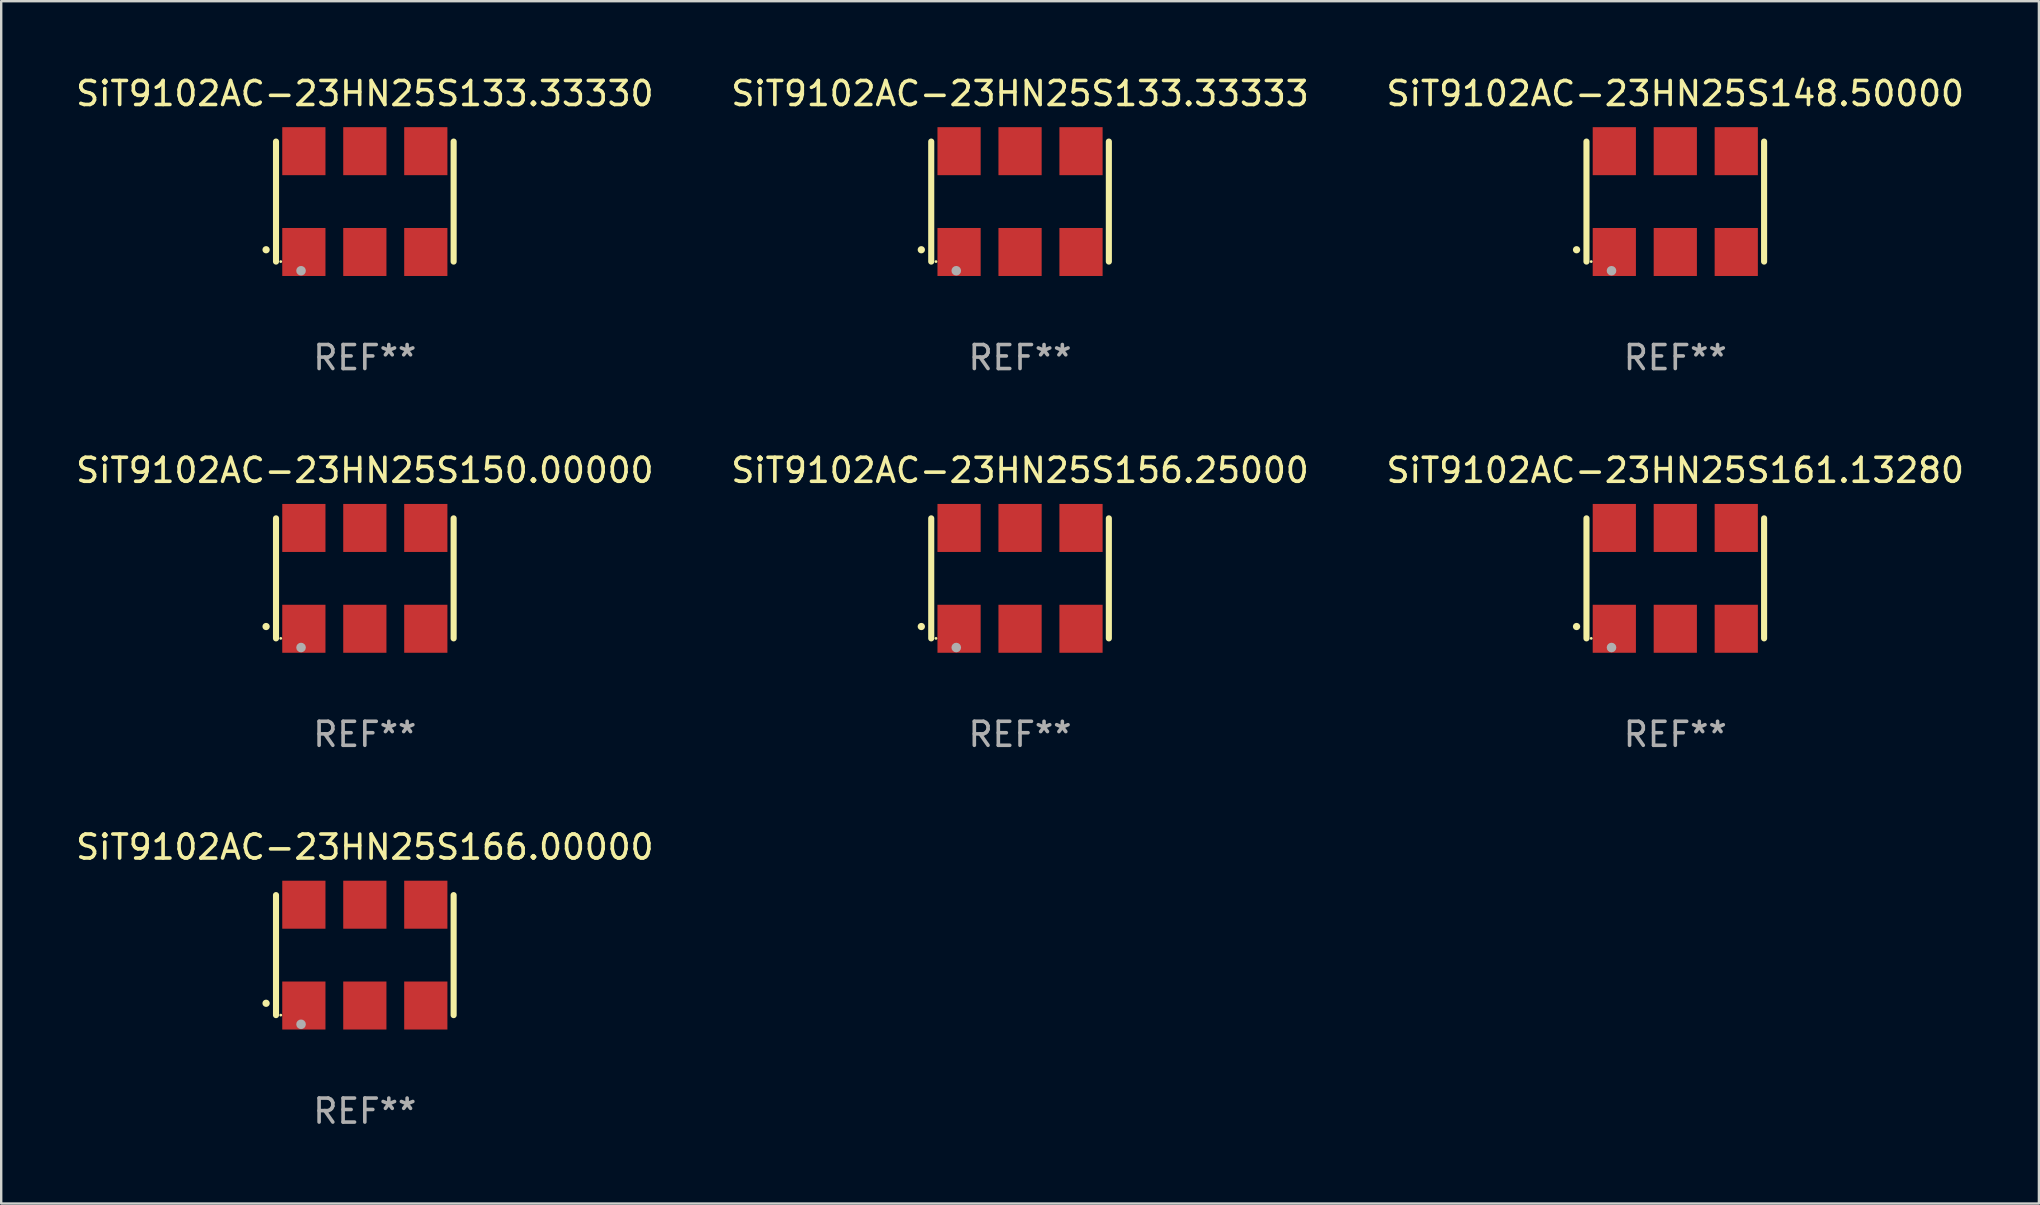
<source format=kicad_pcb>
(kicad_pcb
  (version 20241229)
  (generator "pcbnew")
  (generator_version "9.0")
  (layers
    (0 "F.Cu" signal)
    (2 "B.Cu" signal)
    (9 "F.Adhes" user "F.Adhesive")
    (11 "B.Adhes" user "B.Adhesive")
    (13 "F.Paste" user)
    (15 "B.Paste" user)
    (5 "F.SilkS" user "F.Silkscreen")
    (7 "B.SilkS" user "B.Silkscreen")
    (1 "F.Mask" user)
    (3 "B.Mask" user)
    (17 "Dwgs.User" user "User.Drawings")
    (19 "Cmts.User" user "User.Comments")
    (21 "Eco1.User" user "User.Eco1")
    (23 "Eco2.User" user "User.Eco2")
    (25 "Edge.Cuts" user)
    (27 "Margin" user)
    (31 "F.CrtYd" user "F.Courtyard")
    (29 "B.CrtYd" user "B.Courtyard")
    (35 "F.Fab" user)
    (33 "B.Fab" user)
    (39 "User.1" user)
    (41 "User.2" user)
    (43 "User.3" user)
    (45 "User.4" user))
  (footprint "SiT9102AC-23HN25S133.33333"
    (layer "F.Cu")
    (at 39.446 5.348)
    (property "Reference" "SiT9102AC-23HN25S133.33333" (at 0 -4.5 0) (layer "F.SilkS") (effects (font (size 1 1) (thickness 0.15))))
    (attr through_hole)
    (fp_line (start -3.7 -2.5) (end -3.7 2.5) (stroke (width 0.254) (type solid)) (layer "F.SilkS"))
    (fp_line (start 3.7 -2.5) (end 3.7 2.5) (stroke (width 0.254) (type solid)) (layer "F.SilkS"))
    (fp_arc (start -4.114415 2.006604) (mid -4.113145 2.006599) (end -4.111875 2.006604) (stroke (width 0.3) (type solid)) (layer "F.SilkS"))
    (fp_circle (center -3.502 2.5) (end -3.472 2.5) (stroke (width 0.06) (type solid)) (fill no) (layer "F.SilkS"))
    (fp_circle (center -2.657 2.882) (end -2.557 2.882) (stroke (width 0.2) (type solid)) (fill no) (layer "F.Fab"))
    (fp_text user "REF**" (at 0 6.5 0) (layer "F.Fab") (effects (font (size 1 1) (thickness 0.15))))
    (pad "1" smd rect (at -2.54 2.1) (size 1.8 2) (layers "F.Cu" "F.Mask" "F.Paste"))
    (pad "2" smd rect (at 0.000394 2.1) (size 1.8 2) (layers "F.Cu" "F.Mask" "F.Paste"))
    (pad "3" smd rect (at 2.54 2.1) (size 1.8 2) (layers "F.Cu" "F.Mask" "F.Paste"))
    (pad "4" smd rect (at 2.54 -2.1) (size 1.8 2) (layers "F.Cu" "F.Mask" "F.Paste"))
    (pad "5" smd rect (at 0.000394 -2.1) (size 1.8 2) (layers "F.Cu" "F.Mask" "F.Paste"))
    (pad "6" smd rect (at -2.54 -2.1) (size 1.8 2) (layers "F.Cu" "F.Mask" "F.Paste")))
  (footprint "SiT9102AC-23HN25S150.00000"
    (layer "F.Cu")
    (at 12.149 21.045)
    (property "Reference" "SiT9102AC-23HN25S150.00000" (at 0 -4.5 0) (layer "F.SilkS") (effects (font (size 1 1) (thickness 0.15))))
    (attr through_hole)
    (fp_line (start -3.7 -2.5) (end -3.7 2.5) (stroke (width 0.254) (type solid)) (layer "F.SilkS"))
    (fp_line (start 3.7 -2.5) (end 3.7 2.5) (stroke (width 0.254) (type solid)) (layer "F.SilkS"))
    (fp_arc (start -4.114415 2.006604) (mid -4.113145 2.006599) (end -4.111875 2.006604) (stroke (width 0.3) (type solid)) (layer "F.SilkS"))
    (fp_circle (center -3.502 2.5) (end -3.472 2.5) (stroke (width 0.06) (type solid)) (fill no) (layer "F.SilkS"))
    (fp_circle (center -2.657 2.882) (end -2.557 2.882) (stroke (width 0.2) (type solid)) (fill no) (layer "F.Fab"))
    (fp_text user "REF**" (at 0 6.5 0) (layer "F.Fab") (effects (font (size 1 1) (thickness 0.15))))
    (pad "1" smd rect (at -2.54 2.1) (size 1.8 2) (layers "F.Cu" "F.Mask" "F.Paste"))
    (pad "2" smd rect (at 0.000394 2.1) (size 1.8 2) (layers "F.Cu" "F.Mask" "F.Paste"))
    (pad "3" smd rect (at 2.54 2.1) (size 1.8 2) (layers "F.Cu" "F.Mask" "F.Paste"))
    (pad "4" smd rect (at 2.54 -2.1) (size 1.8 2) (layers "F.Cu" "F.Mask" "F.Paste"))
    (pad "5" smd rect (at 0.000394 -2.1) (size 1.8 2) (layers "F.Cu" "F.Mask" "F.Paste"))
    (pad "6" smd rect (at -2.54 -2.1) (size 1.8 2) (layers "F.Cu" "F.Mask" "F.Paste")))
  (footprint "SiT9102AC-23HN25S148.50000"
    (layer "F.Cu")
    (at 66.744 5.348)
    (property "Reference" "SiT9102AC-23HN25S148.50000" (at 0 -4.5 0) (layer "F.SilkS") (effects (font (size 1 1) (thickness 0.15))))
    (attr through_hole)
    (fp_line (start -3.7 -2.5) (end -3.7 2.5) (stroke (width 0.254) (type solid)) (layer "F.SilkS"))
    (fp_line (start 3.7 -2.5) (end 3.7 2.5) (stroke (width 0.254) (type solid)) (layer "F.SilkS"))
    (fp_arc (start -4.114415 2.006604) (mid -4.113145 2.006599) (end -4.111875 2.006604) (stroke (width 0.3) (type solid)) (layer "F.SilkS"))
    (fp_circle (center -3.502 2.5) (end -3.472 2.5) (stroke (width 0.06) (type solid)) (fill no) (layer "F.SilkS"))
    (fp_circle (center -2.657 2.882) (end -2.557 2.882) (stroke (width 0.2) (type solid)) (fill no) (layer "F.Fab"))
    (fp_text user "REF**" (at 0 6.5 0) (layer "F.Fab") (effects (font (size 1 1) (thickness 0.15))))
    (pad "1" smd rect (at -2.54 2.1) (size 1.8 2) (layers "F.Cu" "F.Mask" "F.Paste"))
    (pad "2" smd rect (at 0.000394 2.1) (size 1.8 2) (layers "F.Cu" "F.Mask" "F.Paste"))
    (pad "3" smd rect (at 2.54 2.1) (size 1.8 2) (layers "F.Cu" "F.Mask" "F.Paste"))
    (pad "4" smd rect (at 2.54 -2.1) (size 1.8 2) (layers "F.Cu" "F.Mask" "F.Paste"))
    (pad "5" smd rect (at 0.000394 -2.1) (size 1.8 2) (layers "F.Cu" "F.Mask" "F.Paste"))
    (pad "6" smd rect (at -2.54 -2.1) (size 1.8 2) (layers "F.Cu" "F.Mask" "F.Paste")))
  (footprint "SiT9102AC-23HN25S161.13280"
    (layer "F.Cu")
    (at 66.744 21.045)
    (property "Reference" "SiT9102AC-23HN25S161.13280" (at 0 -4.5 0) (layer "F.SilkS") (effects (font (size 1 1) (thickness 0.15))))
    (attr through_hole)
    (fp_line (start -3.7 -2.5) (end -3.7 2.5) (stroke (width 0.254) (type solid)) (layer "F.SilkS"))
    (fp_line (start 3.7 -2.5) (end 3.7 2.5) (stroke (width 0.254) (type solid)) (layer "F.SilkS"))
    (fp_arc (start -4.114415 2.006604) (mid -4.113145 2.006599) (end -4.111875 2.006604) (stroke (width 0.3) (type solid)) (layer "F.SilkS"))
    (fp_circle (center -3.502 2.5) (end -3.472 2.5) (stroke (width 0.06) (type solid)) (fill no) (layer "F.SilkS"))
    (fp_circle (center -2.657 2.882) (end -2.557 2.882) (stroke (width 0.2) (type solid)) (fill no) (layer "F.Fab"))
    (fp_text user "REF**" (at 0 6.5 0) (layer "F.Fab") (effects (font (size 1 1) (thickness 0.15))))
    (pad "1" smd rect (at -2.54 2.1) (size 1.8 2) (layers "F.Cu" "F.Mask" "F.Paste"))
    (pad "2" smd rect (at 0.000394 2.1) (size 1.8 2) (layers "F.Cu" "F.Mask" "F.Paste"))
    (pad "3" smd rect (at 2.54 2.1) (size 1.8 2) (layers "F.Cu" "F.Mask" "F.Paste"))
    (pad "4" smd rect (at 2.54 -2.1) (size 1.8 2) (layers "F.Cu" "F.Mask" "F.Paste"))
    (pad "5" smd rect (at 0.000394 -2.1) (size 1.8 2) (layers "F.Cu" "F.Mask" "F.Paste"))
    (pad "6" smd rect (at -2.54 -2.1) (size 1.8 2) (layers "F.Cu" "F.Mask" "F.Paste")))
  (footprint "SiT9102AC-23HN25S166.00000"
    (layer "F.Cu")
    (at 12.149 36.741)
    (property "Reference" "SiT9102AC-23HN25S166.00000" (at 0 -4.5 0) (layer "F.SilkS") (effects (font (size 1 1) (thickness 0.15))))
    (attr through_hole)
    (fp_line (start -3.7 -2.5) (end -3.7 2.5) (stroke (width 0.254) (type solid)) (layer "F.SilkS"))
    (fp_line (start 3.7 -2.5) (end 3.7 2.5) (stroke (width 0.254) (type solid)) (layer "F.SilkS"))
    (fp_arc (start -4.114415 2.006604) (mid -4.113145 2.006599) (end -4.111875 2.006604) (stroke (width 0.3) (type solid)) (layer "F.SilkS"))
    (fp_circle (center -3.502 2.5) (end -3.472 2.5) (stroke (width 0.06) (type solid)) (fill no) (layer "F.SilkS"))
    (fp_circle (center -2.657 2.882) (end -2.557 2.882) (stroke (width 0.2) (type solid)) (fill no) (layer "F.Fab"))
    (fp_text user "REF**" (at 0 6.5 0) (layer "F.Fab") (effects (font (size 1 1) (thickness 0.15))))
    (pad "1" smd rect (at -2.54 2.1) (size 1.8 2) (layers "F.Cu" "F.Mask" "F.Paste"))
    (pad "2" smd rect (at 0.000394 2.1) (size 1.8 2) (layers "F.Cu" "F.Mask" "F.Paste"))
    (pad "3" smd rect (at 2.54 2.1) (size 1.8 2) (layers "F.Cu" "F.Mask" "F.Paste"))
    (pad "4" smd rect (at 2.54 -2.1) (size 1.8 2) (layers "F.Cu" "F.Mask" "F.Paste"))
    (pad "5" smd rect (at 0.000394 -2.1) (size 1.8 2) (layers "F.Cu" "F.Mask" "F.Paste"))
    (pad "6" smd rect (at -2.54 -2.1) (size 1.8 2) (layers "F.Cu" "F.Mask" "F.Paste")))
  (footprint "SiT9102AC-23HN25S133.33330"
    (layer "F.Cu")
    (at 12.149 5.348)
    (property "Reference" "SiT9102AC-23HN25S133.33330" (at 0 -4.5 0) (layer "F.SilkS") (effects (font (size 1 1) (thickness 0.15))))
    (attr through_hole)
    (fp_line (start -3.7 -2.5) (end -3.7 2.5) (stroke (width 0.254) (type solid)) (layer "F.SilkS"))
    (fp_line (start 3.7 -2.5) (end 3.7 2.5) (stroke (width 0.254) (type solid)) (layer "F.SilkS"))
    (fp_arc (start -4.114415 2.006604) (mid -4.113145 2.006599) (end -4.111875 2.006604) (stroke (width 0.3) (type solid)) (layer "F.SilkS"))
    (fp_circle (center -3.502 2.5) (end -3.472 2.5) (stroke (width 0.06) (type solid)) (fill no) (layer "F.SilkS"))
    (fp_circle (center -2.657 2.882) (end -2.557 2.882) (stroke (width 0.2) (type solid)) (fill no) (layer "F.Fab"))
    (fp_text user "REF**" (at 0 6.5 0) (layer "F.Fab") (effects (font (size 1 1) (thickness 0.15))))
    (pad "1" smd rect (at -2.54 2.1) (size 1.8 2) (layers "F.Cu" "F.Mask" "F.Paste"))
    (pad "2" smd rect (at 0.000394 2.1) (size 1.8 2) (layers "F.Cu" "F.Mask" "F.Paste"))
    (pad "3" smd rect (at 2.54 2.1) (size 1.8 2) (layers "F.Cu" "F.Mask" "F.Paste"))
    (pad "4" smd rect (at 2.54 -2.1) (size 1.8 2) (layers "F.Cu" "F.Mask" "F.Paste"))
    (pad "5" smd rect (at 0.000394 -2.1) (size 1.8 2) (layers "F.Cu" "F.Mask" "F.Paste"))
    (pad "6" smd rect (at -2.54 -2.1) (size 1.8 2) (layers "F.Cu" "F.Mask" "F.Paste")))
  (footprint "SiT9102AC-23HN25S156.25000"
    (layer "F.Cu")
    (at 39.446 21.045)
    (property "Reference" "SiT9102AC-23HN25S156.25000" (at 0 -4.5 0) (layer "F.SilkS") (effects (font (size 1 1) (thickness 0.15))))
    (attr through_hole)
    (fp_line (start -3.7 -2.5) (end -3.7 2.5) (stroke (width 0.254) (type solid)) (layer "F.SilkS"))
    (fp_line (start 3.7 -2.5) (end 3.7 2.5) (stroke (width 0.254) (type solid)) (layer "F.SilkS"))
    (fp_arc (start -4.114415 2.006604) (mid -4.113145 2.006599) (end -4.111875 2.006604) (stroke (width 0.3) (type solid)) (layer "F.SilkS"))
    (fp_circle (center -3.502 2.5) (end -3.472 2.5) (stroke (width 0.06) (type solid)) (fill no) (layer "F.SilkS"))
    (fp_circle (center -2.657 2.882) (end -2.557 2.882) (stroke (width 0.2) (type solid)) (fill no) (layer "F.Fab"))
    (fp_text user "REF**" (at 0 6.5 0) (layer "F.Fab") (effects (font (size 1 1) (thickness 0.15))))
    (pad "1" smd rect (at -2.54 2.1) (size 1.8 2) (layers "F.Cu" "F.Mask" "F.Paste"))
    (pad "2" smd rect (at 0.000394 2.1) (size 1.8 2) (layers "F.Cu" "F.Mask" "F.Paste"))
    (pad "3" smd rect (at 2.54 2.1) (size 1.8 2) (layers "F.Cu" "F.Mask" "F.Paste"))
    (pad "4" smd rect (at 2.54 -2.1) (size 1.8 2) (layers "F.Cu" "F.Mask" "F.Paste"))
    (pad "5" smd rect (at 0.000394 -2.1) (size 1.8 2) (layers "F.Cu" "F.Mask" "F.Paste"))
    (pad "6" smd rect (at -2.54 -2.1) (size 1.8 2) (layers "F.Cu" "F.Mask" "F.Paste")))
  (gr_rect
    (start -3 -3)
    (end 81.893 47.09)
    (stroke (width 0.1) (type default))
    (fill no)
    (layer "Edge.Cuts")))
</source>
